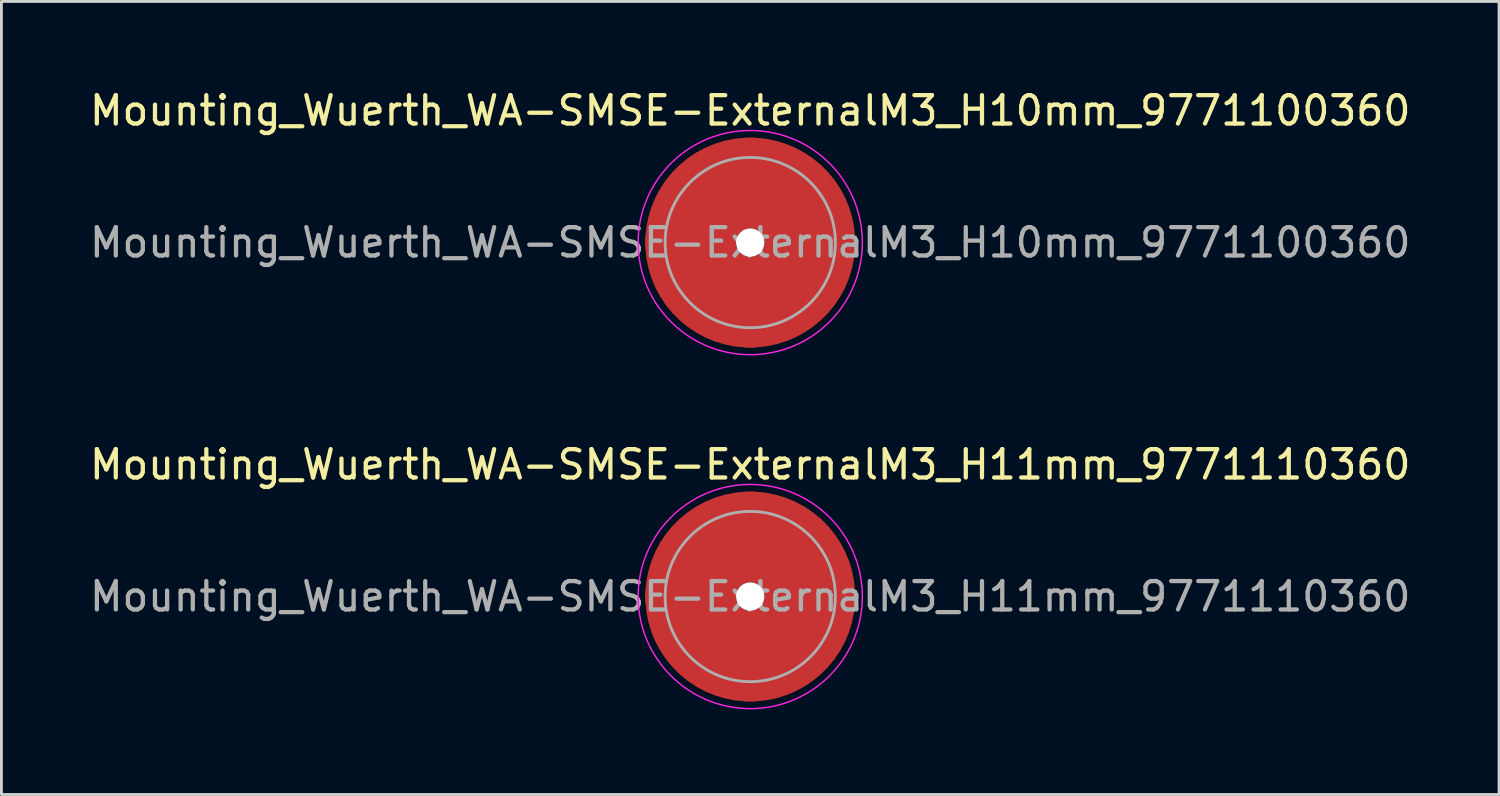
<source format=kicad_pcb>
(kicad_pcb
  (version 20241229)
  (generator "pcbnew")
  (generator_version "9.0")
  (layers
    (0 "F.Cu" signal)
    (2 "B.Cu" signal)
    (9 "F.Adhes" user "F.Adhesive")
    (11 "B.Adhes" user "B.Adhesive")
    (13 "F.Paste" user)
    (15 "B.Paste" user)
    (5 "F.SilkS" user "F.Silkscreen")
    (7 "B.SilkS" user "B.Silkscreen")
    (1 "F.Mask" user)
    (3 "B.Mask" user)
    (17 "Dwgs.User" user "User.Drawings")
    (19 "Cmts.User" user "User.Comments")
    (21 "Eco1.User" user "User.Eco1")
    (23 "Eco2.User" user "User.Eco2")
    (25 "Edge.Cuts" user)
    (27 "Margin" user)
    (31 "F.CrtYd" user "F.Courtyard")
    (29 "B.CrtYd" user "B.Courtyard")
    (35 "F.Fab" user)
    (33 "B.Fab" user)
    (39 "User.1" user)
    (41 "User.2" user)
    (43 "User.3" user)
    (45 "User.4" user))
  (footprint "Mounting_Wuerth_WA-SMSE-ExternalM3_H11mm_9771110360"
    (layer "F.Cu")
    (at 23.387 17.971)
    (property "Reference" "Mounting_Wuerth_WA-SMSE-ExternalM3_H11mm_9771110360" (at 0 -4.65 0) (layer "F.SilkS") (effects (font (size 1 1) (thickness 0.15))))
    (attr smd)
    (fp_circle (center 0 0) (end 3.95 0) (stroke (width 0.05) (type solid)) (fill no) (layer "F.CrtYd"))
    (fp_circle (center 0 0) (end 3 0) (stroke (width 0.1) (type solid)) (fill no) (layer "F.Fab"))
    (fp_text user "${REFERENCE}" (at 0 0 0) (layer "F.Fab") (effects (font (size 1 1) (thickness 0.15))))
    (pad "" smd custom (at 0 -2.1) (size 1.5 1.5) (layers "F.Paste") (options (anchor circle)) (primitives (gr_arc (start -0.305123 1.47) (mid 0 1.4) (end 0.305123 1.47) (width 0.2)) (gr_arc (start -0.493052 1.47) (mid 0 1.3) (end 0.493052 1.47) (width 0.2)) (gr_arc (start -0.642729 1.47) (mid 0 1.2) (end 0.642729 1.47) (width 0.2)) (gr_arc (start -0.776595 1.47) (mid 0 1.1) (end 0.776595 1.47) (width 0.2)) (gr_arc (start -0.901721 1.47) (mid 0 1) (end 0.901721 1.47) (width 0.2)) (gr_arc (start -1.021323 1.47) (mid 0 0.9) (end 1.021323 1.47) (width 0.2)) (gr_arc (start -1.137146 1.47) (mid 0 0.8) (end 1.137146 1.47) (width 0.2)) (gr_arc (start -1.25024 1.47) (mid 0 0.7) (end 1.25024 1.47) (width 0.2)) (gr_arc (start -1.361286 1.47) (mid 0 0.6) (end 1.361286 1.47) (width 0.2)) (gr_arc (start -1.470748 1.47) (mid 0 0.5) (end 1.470748 1.47) (width 0.2)) (gr_arc (start -1.578955 1.47) (mid 0 0.4) (end 1.578955 1.47) (width 0.2)) (gr_arc (start -1.686149 1.47) (mid 0 0.3) (end 1.686149 1.47) (width 0.2)) (gr_arc (start -1.792512 1.47) (mid 0 0.2) (end 1.792512 1.47) (width 0.2)) (gr_arc (start -1.898183 1.47) (mid 0 0.1) (end 1.898183 1.47) (width 0.2)) (gr_arc (start -2.003272 1.47) (mid 0 0) (end 2.003272 1.47) (width 0.2)) (gr_arc (start -2.107866 1.47) (mid 0 -0.1) (end 2.107866 1.47) (width 0.2)) (gr_arc (start -2.212035 1.47) (mid 0 -0.2) (end 2.212035 1.47) (width 0.2)) (gr_arc (start -2.315837 1.47) (mid 0 -0.3) (end 2.315837 1.47) (width 0.2)) (gr_arc (start -2.419318 1.47) (mid 0 -0.4) (end 2.419318 1.47) (width 0.2)) (gr_arc (start -2.522519 1.47) (mid 0 -0.5) (end 2.522519 1.47) (width 0.2)) (gr_arc (start -2.625471 1.47) (mid 0 -0.6) (end 2.625471 1.47) (width 0.2)) (gr_arc (start -2.728205 1.47) (mid 0 -0.7) (end 2.728205 1.47) (width 0.2)) (gr_arc (start -2.830742 1.47) (mid 0 -0.8) (end 2.830742 1.47) (width 0.2)) (gr_arc (start -2.933104 1.47) (mid 0 -0.9) (end 2.933104 1.47) (width 0.2)) (gr_arc (start -3.035309 1.47) (mid 0 -1) (end 3.035309 1.47) (width 0.2)) (gr_arc (start -3.137372 1.47) (mid 0 -1.1) (end 3.137372 1.47) (width 0.2)) (gr_arc (start -3.239305 1.47) (mid 0 -1.2) (end 3.239305 1.47) (width 0.2)) (gr_arc (start -3.341123 1.47) (mid 0 -1.3) (end 3.341123 1.47) (width 0.2)) (gr_arc (start -3.442833 1.47) (mid 0 -1.4) (end 3.442833 1.47) (width 0.2)) (gr_line (start 0.305 1.47) (end 3.443 1.47) (width 0.2)) (gr_line (start -0.305 1.47) (end -3.443 1.47) (width 0.2))))
    (pad "" np_thru_hole circle (at 0 0) (size 1 1) (drill 1) (layers "*.Cu" "*.Mask"))
    (pad "" smd custom (at 0 2.1) (size 1.5 1.5) (layers "F.Paste") (options (anchor circle)) (primitives (gr_arc (start 0.305123 -1.47) (mid 0 -1.4) (end -0.305123 -1.47) (width 0.2)) (gr_arc (start 0.493052 -1.47) (mid 0 -1.3) (end -0.493052 -1.47) (width 0.2)) (gr_arc (start 0.642729 -1.47) (mid 0 -1.2) (end -0.642729 -1.47) (width 0.2)) (gr_arc (start 0.776595 -1.47) (mid 0 -1.1) (end -0.776595 -1.47) (width 0.2)) (gr_arc (start 0.901721 -1.47) (mid 0 -1) (end -0.901721 -1.47) (width 0.2)) (gr_arc (start 1.021323 -1.47) (mid 0 -0.9) (end -1.021323 -1.47) (width 0.2)) (gr_arc (start 1.137146 -1.47) (mid 0 -0.8) (end -1.137146 -1.47) (width 0.2)) (gr_arc (start 1.25024 -1.47) (mid 0 -0.7) (end -1.25024 -1.47) (width 0.2)) (gr_arc (start 1.361286 -1.47) (mid 0 -0.6) (end -1.361286 -1.47) (width 0.2)) (gr_arc (start 1.470748 -1.47) (mid 0 -0.5) (end -1.470748 -1.47) (width 0.2)) (gr_arc (start 1.578955 -1.47) (mid 0 -0.4) (end -1.578955 -1.47) (width 0.2)) (gr_arc (start 1.686149 -1.47) (mid 0 -0.3) (end -1.686149 -1.47) (width 0.2)) (gr_arc (start 1.792512 -1.47) (mid 0 -0.2) (end -1.792512 -1.47) (width 0.2)) (gr_arc (start 1.898183 -1.47) (mid 0 -0.1) (end -1.898183 -1.47) (width 0.2)) (gr_arc (start 2.003272 -1.47) (mid 0 0) (end -2.003272 -1.47) (width 0.2)) (gr_arc (start 2.107866 -1.47) (mid 0 0.1) (end -2.107866 -1.47) (width 0.2)) (gr_arc (start 2.212035 -1.47) (mid 0 0.2) (end -2.212035 -1.47) (width 0.2)) (gr_arc (start 2.315837 -1.47) (mid 0 0.3) (end -2.315837 -1.47) (width 0.2)) (gr_arc (start 2.419318 -1.47) (mid 0 0.4) (end -2.419318 -1.47) (width 0.2)) (gr_arc (start 2.522519 -1.47) (mid 0 0.5) (end -2.522519 -1.47) (width 0.2)) (gr_arc (start 2.625471 -1.47) (mid 0 0.6) (end -2.625471 -1.47) (width 0.2)) (gr_arc (start 2.728205 -1.47) (mid 0 0.7) (end -2.728205 -1.47) (width 0.2)) (gr_arc (start 2.830742 -1.47) (mid 0 0.8) (end -2.830742 -1.47) (width 0.2)) (gr_arc (start 2.933104 -1.47) (mid 0 0.9) (end -2.933104 -1.47) (width 0.2)) (gr_arc (start 3.035309 -1.47) (mid 0 1) (end -3.035309 -1.47) (width 0.2)) (gr_arc (start 3.137372 -1.47) (mid 0 1.1) (end -3.137372 -1.47) (width 0.2)) (gr_arc (start 3.239305 -1.47) (mid 0 1.2) (end -3.239305 -1.47) (width 0.2)) (gr_arc (start 3.341123 -1.47) (mid 0 1.3) (end -3.341123 -1.47) (width 0.2)) (gr_arc (start 3.442833 -1.47) (mid 0 1.4) (end -3.442833 -1.47) (width 0.2)) (gr_line (start -0.305 -1.47) (end -3.443 -1.47) (width 0.2)) (gr_line (start 0.305 -1.47) (end 3.443 -1.47) (width 0.2))))
    (pad "1" smd circle (at -2.1 0) (size 3.2 3.2) (layers "F.Cu"))
    (pad "1" smd circle (at 0 -2.1) (size 3.2 3.2) (layers "F.Cu"))
    (pad "1" smd circle (at 0 2.1) (size 3.2 3.2) (layers "F.Cu"))
    (pad "1" smd custom (at 2.1 0) (size 3.2 3.2) (layers "F.Cu" "F.Mask") (options (anchor circle)) (primitives (gr_circle (center -2.1 0) (end 0 0) (width 3.2) (fill no)))))
  (footprint "Mounting_Wuerth_WA-SMSE-ExternalM3_H10mm_9771100360"
    (layer "F.Cu")
    (at 23.387 5.498)
    (property "Reference" "Mounting_Wuerth_WA-SMSE-ExternalM3_H10mm_9771100360" (at 0 -4.65 0) (layer "F.SilkS") (effects (font (size 1 1) (thickness 0.15))))
    (attr smd)
    (fp_circle (center 0 0) (end 3.95 0) (stroke (width 0.05) (type solid)) (fill no) (layer "F.CrtYd"))
    (fp_circle (center 0 0) (end 3 0) (stroke (width 0.1) (type solid)) (fill no) (layer "F.Fab"))
    (fp_text user "${REFERENCE}" (at 0 0 0) (layer "F.Fab") (effects (font (size 1 1) (thickness 0.15))))
    (pad "" smd custom (at 0 -2.1) (size 1.5 1.5) (layers "F.Paste") (options (anchor circle)) (primitives (gr_arc (start -0.305123 1.47) (mid 0 1.4) (end 0.305123 1.47) (width 0.2)) (gr_arc (start -0.493052 1.47) (mid 0 1.3) (end 0.493052 1.47) (width 0.2)) (gr_arc (start -0.642729 1.47) (mid 0 1.2) (end 0.642729 1.47) (width 0.2)) (gr_arc (start -0.776595 1.47) (mid 0 1.1) (end 0.776595 1.47) (width 0.2)) (gr_arc (start -0.901721 1.47) (mid 0 1) (end 0.901721 1.47) (width 0.2)) (gr_arc (start -1.021323 1.47) (mid 0 0.9) (end 1.021323 1.47) (width 0.2)) (gr_arc (start -1.137146 1.47) (mid 0 0.8) (end 1.137146 1.47) (width 0.2)) (gr_arc (start -1.25024 1.47) (mid 0 0.7) (end 1.25024 1.47) (width 0.2)) (gr_arc (start -1.361286 1.47) (mid 0 0.6) (end 1.361286 1.47) (width 0.2)) (gr_arc (start -1.470748 1.47) (mid 0 0.5) (end 1.470748 1.47) (width 0.2)) (gr_arc (start -1.578955 1.47) (mid 0 0.4) (end 1.578955 1.47) (width 0.2)) (gr_arc (start -1.686149 1.47) (mid 0 0.3) (end 1.686149 1.47) (width 0.2)) (gr_arc (start -1.792512 1.47) (mid 0 0.2) (end 1.792512 1.47) (width 0.2)) (gr_arc (start -1.898183 1.47) (mid 0 0.1) (end 1.898183 1.47) (width 0.2)) (gr_arc (start -2.003272 1.47) (mid 0 0) (end 2.003272 1.47) (width 0.2)) (gr_arc (start -2.107866 1.47) (mid 0 -0.1) (end 2.107866 1.47) (width 0.2)) (gr_arc (start -2.212035 1.47) (mid 0 -0.2) (end 2.212035 1.47) (width 0.2)) (gr_arc (start -2.315837 1.47) (mid 0 -0.3) (end 2.315837 1.47) (width 0.2)) (gr_arc (start -2.419318 1.47) (mid 0 -0.4) (end 2.419318 1.47) (width 0.2)) (gr_arc (start -2.522519 1.47) (mid 0 -0.5) (end 2.522519 1.47) (width 0.2)) (gr_arc (start -2.625471 1.47) (mid 0 -0.6) (end 2.625471 1.47) (width 0.2)) (gr_arc (start -2.728205 1.47) (mid 0 -0.7) (end 2.728205 1.47) (width 0.2)) (gr_arc (start -2.830742 1.47) (mid 0 -0.8) (end 2.830742 1.47) (width 0.2)) (gr_arc (start -2.933104 1.47) (mid 0 -0.9) (end 2.933104 1.47) (width 0.2)) (gr_arc (start -3.035309 1.47) (mid 0 -1) (end 3.035309 1.47) (width 0.2)) (gr_arc (start -3.137372 1.47) (mid 0 -1.1) (end 3.137372 1.47) (width 0.2)) (gr_arc (start -3.239305 1.47) (mid 0 -1.2) (end 3.239305 1.47) (width 0.2)) (gr_arc (start -3.341123 1.47) (mid 0 -1.3) (end 3.341123 1.47) (width 0.2)) (gr_arc (start -3.442833 1.47) (mid 0 -1.4) (end 3.442833 1.47) (width 0.2)) (gr_line (start 0.305 1.47) (end 3.443 1.47) (width 0.2)) (gr_line (start -0.305 1.47) (end -3.443 1.47) (width 0.2))))
    (pad "" np_thru_hole circle (at 0 0) (size 1 1) (drill 1) (layers "*.Cu" "*.Mask"))
    (pad "" smd custom (at 0 2.1) (size 1.5 1.5) (layers "F.Paste") (options (anchor circle)) (primitives (gr_arc (start 0.305123 -1.47) (mid 0 -1.4) (end -0.305123 -1.47) (width 0.2)) (gr_arc (start 0.493052 -1.47) (mid 0 -1.3) (end -0.493052 -1.47) (width 0.2)) (gr_arc (start 0.642729 -1.47) (mid 0 -1.2) (end -0.642729 -1.47) (width 0.2)) (gr_arc (start 0.776595 -1.47) (mid 0 -1.1) (end -0.776595 -1.47) (width 0.2)) (gr_arc (start 0.901721 -1.47) (mid 0 -1) (end -0.901721 -1.47) (width 0.2)) (gr_arc (start 1.021323 -1.47) (mid 0 -0.9) (end -1.021323 -1.47) (width 0.2)) (gr_arc (start 1.137146 -1.47) (mid 0 -0.8) (end -1.137146 -1.47) (width 0.2)) (gr_arc (start 1.25024 -1.47) (mid 0 -0.7) (end -1.25024 -1.47) (width 0.2)) (gr_arc (start 1.361286 -1.47) (mid 0 -0.6) (end -1.361286 -1.47) (width 0.2)) (gr_arc (start 1.470748 -1.47) (mid 0 -0.5) (end -1.470748 -1.47) (width 0.2)) (gr_arc (start 1.578955 -1.47) (mid 0 -0.4) (end -1.578955 -1.47) (width 0.2)) (gr_arc (start 1.686149 -1.47) (mid 0 -0.3) (end -1.686149 -1.47) (width 0.2)) (gr_arc (start 1.792512 -1.47) (mid 0 -0.2) (end -1.792512 -1.47) (width 0.2)) (gr_arc (start 1.898183 -1.47) (mid 0 -0.1) (end -1.898183 -1.47) (width 0.2)) (gr_arc (start 2.003272 -1.47) (mid 0 0) (end -2.003272 -1.47) (width 0.2)) (gr_arc (start 2.107866 -1.47) (mid 0 0.1) (end -2.107866 -1.47) (width 0.2)) (gr_arc (start 2.212035 -1.47) (mid 0 0.2) (end -2.212035 -1.47) (width 0.2)) (gr_arc (start 2.315837 -1.47) (mid 0 0.3) (end -2.315837 -1.47) (width 0.2)) (gr_arc (start 2.419318 -1.47) (mid 0 0.4) (end -2.419318 -1.47) (width 0.2)) (gr_arc (start 2.522519 -1.47) (mid 0 0.5) (end -2.522519 -1.47) (width 0.2)) (gr_arc (start 2.625471 -1.47) (mid 0 0.6) (end -2.625471 -1.47) (width 0.2)) (gr_arc (start 2.728205 -1.47) (mid 0 0.7) (end -2.728205 -1.47) (width 0.2)) (gr_arc (start 2.830742 -1.47) (mid 0 0.8) (end -2.830742 -1.47) (width 0.2)) (gr_arc (start 2.933104 -1.47) (mid 0 0.9) (end -2.933104 -1.47) (width 0.2)) (gr_arc (start 3.035309 -1.47) (mid 0 1) (end -3.035309 -1.47) (width 0.2)) (gr_arc (start 3.137372 -1.47) (mid 0 1.1) (end -3.137372 -1.47) (width 0.2)) (gr_arc (start 3.239305 -1.47) (mid 0 1.2) (end -3.239305 -1.47) (width 0.2)) (gr_arc (start 3.341123 -1.47) (mid 0 1.3) (end -3.341123 -1.47) (width 0.2)) (gr_arc (start 3.442833 -1.47) (mid 0 1.4) (end -3.442833 -1.47) (width 0.2)) (gr_line (start -0.305 -1.47) (end -3.443 -1.47) (width 0.2)) (gr_line (start 0.305 -1.47) (end 3.443 -1.47) (width 0.2))))
    (pad "1" smd circle (at -2.1 0) (size 3.2 3.2) (layers "F.Cu"))
    (pad "1" smd circle (at 0 -2.1) (size 3.2 3.2) (layers "F.Cu"))
    (pad "1" smd circle (at 0 2.1) (size 3.2 3.2) (layers "F.Cu"))
    (pad "1" smd custom (at 2.1 0) (size 3.2 3.2) (layers "F.Cu" "F.Mask") (options (anchor circle)) (primitives (gr_circle (center -2.1 0) (end 0 0) (width 3.2) (fill no)))))
  (gr_rect
    (start -3 -3)
    (end 49.774 24.947)
    (stroke (width 0.1) (type default))
    (fill no)
    (layer "Edge.Cuts")))
</source>
